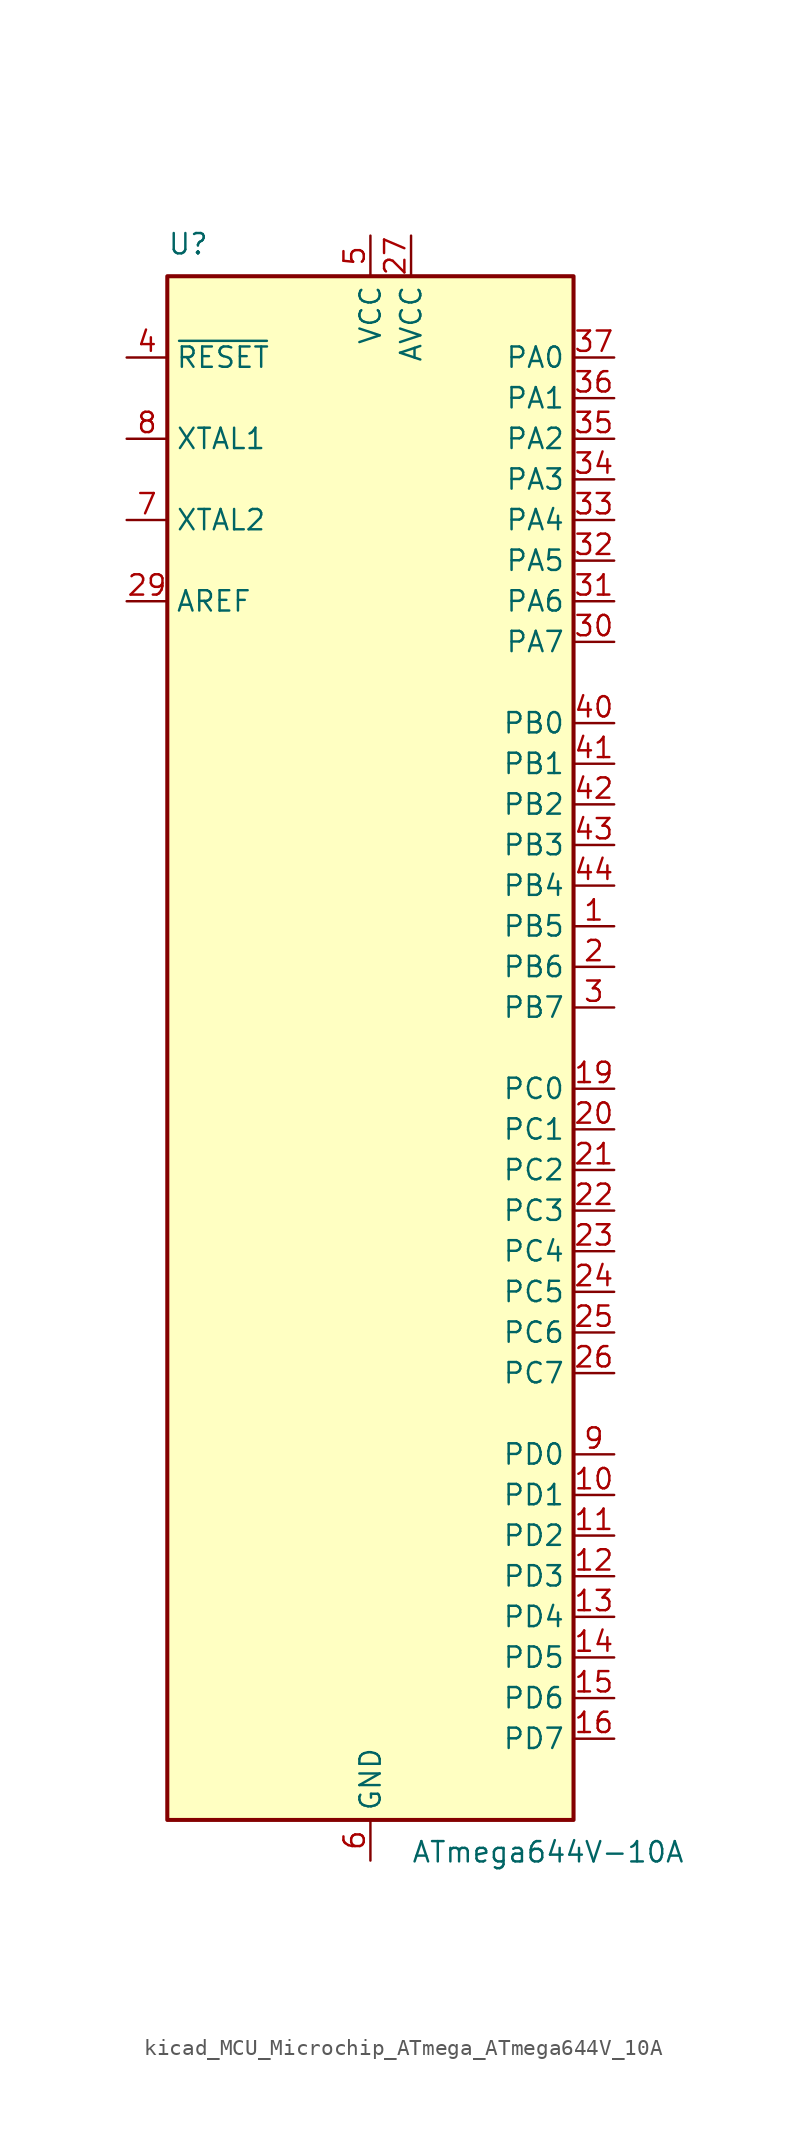
<source format=kicad_sym>
(kicad_symbol_lib
  (version 20220914)
  (generator kicad_symbol_editor)
  (symbol "kicad_MCU_Microchip_ATmega_ATmega644V_10A"
    (property "Reference" "U"
      (at -12.7 49.53 0)
      (effects (font (size 1.27 1.27)) (justify left bottom)))
    (property "Value" "ATmega644V-10A"
      (at 2.54 -49.53 0)
      (effects (font (size 1.27 1.27)) (justify left top)))
    (symbol "kicad_MCU_Microchip_ATmega_ATmega644V_10A_0_1"
      (rectangle (start -12.7 -48.26) (end 12.7 48.26) (stroke (width 0.254) (type default)) (fill (type background))))
    (symbol "kicad_MCU_Microchip_ATmega_ATmega644V_10A_1_1"
      (pin bidirectional line (at 15.24 7.62 180) (length 2.54) (name "PB5" (effects (font (size 1.27 1.27)))) (number "1" (effects (font (size 1.27 1.27)))))
      (pin bidirectional line (at 15.24 -27.94 180) (length 2.54) (name "PD1" (effects (font (size 1.27 1.27)))) (number "10" (effects (font (size 1.27 1.27)))))
      (pin bidirectional line (at 15.24 -30.48 180) (length 2.54) (name "PD2" (effects (font (size 1.27 1.27)))) (number "11" (effects (font (size 1.27 1.27)))))
      (pin bidirectional line (at 15.24 -33.02 180) (length 2.54) (name "PD3" (effects (font (size 1.27 1.27)))) (number "12" (effects (font (size 1.27 1.27)))))
      (pin bidirectional line (at 15.24 -35.56 180) (length 2.54) (name "PD4" (effects (font (size 1.27 1.27)))) (number "13" (effects (font (size 1.27 1.27)))))
      (pin bidirectional line (at 15.24 -38.1 180) (length 2.54) (name "PD5" (effects (font (size 1.27 1.27)))) (number "14" (effects (font (size 1.27 1.27)))))
      (pin bidirectional line (at 15.24 -40.64 180) (length 2.54) (name "PD6" (effects (font (size 1.27 1.27)))) (number "15" (effects (font (size 1.27 1.27)))))
      (pin bidirectional line (at 15.24 -43.18 180) (length 2.54) (name "PD7" (effects (font (size 1.27 1.27)))) (number "16" (effects (font (size 1.27 1.27)))))
      (pin passive line (at 0 50.8 270) (length 2.54) hide (name "VCC" (effects (font (size 1.27 1.27)))) (number "17" (effects (font (size 1.27 1.27)))))
      (pin passive line (at 0 -50.8 90) (length 2.54) hide (name "GND" (effects (font (size 1.27 1.27)))) (number "18" (effects (font (size 1.27 1.27)))))
      (pin bidirectional line (at 15.24 -2.54 180) (length 2.54) (name "PC0" (effects (font (size 1.27 1.27)))) (number "19" (effects (font (size 1.27 1.27)))))
      (pin bidirectional line (at 15.24 5.08 180) (length 2.54) (name "PB6" (effects (font (size 1.27 1.27)))) (number "2" (effects (font (size 1.27 1.27)))))
      (pin bidirectional line (at 15.24 -5.08 180) (length 2.54) (name "PC1" (effects (font (size 1.27 1.27)))) (number "20" (effects (font (size 1.27 1.27)))))
      (pin bidirectional line (at 15.24 -7.62 180) (length 2.54) (name "PC2" (effects (font (size 1.27 1.27)))) (number "21" (effects (font (size 1.27 1.27)))))
      (pin bidirectional line (at 15.24 -10.16 180) (length 2.54) (name "PC3" (effects (font (size 1.27 1.27)))) (number "22" (effects (font (size 1.27 1.27)))))
      (pin bidirectional line (at 15.24 -12.7 180) (length 2.54) (name "PC4" (effects (font (size 1.27 1.27)))) (number "23" (effects (font (size 1.27 1.27)))))
      (pin bidirectional line (at 15.24 -15.24 180) (length 2.54) (name "PC5" (effects (font (size 1.27 1.27)))) (number "24" (effects (font (size 1.27 1.27)))))
      (pin bidirectional line (at 15.24 -17.78 180) (length 2.54) (name "PC6" (effects (font (size 1.27 1.27)))) (number "25" (effects (font (size 1.27 1.27)))))
      (pin bidirectional line (at 15.24 -20.32 180) (length 2.54) (name "PC7" (effects (font (size 1.27 1.27)))) (number "26" (effects (font (size 1.27 1.27)))))
      (pin power_in line (at 2.54 50.8 270) (length 2.54) (name "AVCC" (effects (font (size 1.27 1.27)))) (number "27" (effects (font (size 1.27 1.27)))))
      (pin passive line (at 0 -50.8 90) (length 2.54) hide (name "GND" (effects (font (size 1.27 1.27)))) (number "28" (effects (font (size 1.27 1.27)))))
      (pin passive line (at -15.24 27.94 0) (length 2.54) (name "AREF" (effects (font (size 1.27 1.27)))) (number "29" (effects (font (size 1.27 1.27)))))
      (pin bidirectional line (at 15.24 2.54 180) (length 2.54) (name "PB7" (effects (font (size 1.27 1.27)))) (number "3" (effects (font (size 1.27 1.27)))))
      (pin bidirectional line (at 15.24 25.4 180) (length 2.54) (name "PA7" (effects (font (size 1.27 1.27)))) (number "30" (effects (font (size 1.27 1.27)))))
      (pin bidirectional line (at 15.24 27.94 180) (length 2.54) (name "PA6" (effects (font (size 1.27 1.27)))) (number "31" (effects (font (size 1.27 1.27)))))
      (pin bidirectional line (at 15.24 30.48 180) (length 2.54) (name "PA5" (effects (font (size 1.27 1.27)))) (number "32" (effects (font (size 1.27 1.27)))))
      (pin bidirectional line (at 15.24 33.02 180) (length 2.54) (name "PA4" (effects (font (size 1.27 1.27)))) (number "33" (effects (font (size 1.27 1.27)))))
      (pin bidirectional line (at 15.24 35.56 180) (length 2.54) (name "PA3" (effects (font (size 1.27 1.27)))) (number "34" (effects (font (size 1.27 1.27)))))
      (pin bidirectional line (at 15.24 38.1 180) (length 2.54) (name "PA2" (effects (font (size 1.27 1.27)))) (number "35" (effects (font (size 1.27 1.27)))))
      (pin bidirectional line (at 15.24 40.64 180) (length 2.54) (name "PA1" (effects (font (size 1.27 1.27)))) (number "36" (effects (font (size 1.27 1.27)))))
      (pin bidirectional line (at 15.24 43.18 180) (length 2.54) (name "PA0" (effects (font (size 1.27 1.27)))) (number "37" (effects (font (size 1.27 1.27)))))
      (pin passive line (at 0 50.8 270) (length 2.54) hide (name "VCC" (effects (font (size 1.27 1.27)))) (number "38" (effects (font (size 1.27 1.27)))))
      (pin passive line (at 0 -50.8 90) (length 2.54) hide (name "GND" (effects (font (size 1.27 1.27)))) (number "39" (effects (font (size 1.27 1.27)))))
      (pin input line (at -15.24 43.18 0) (length 2.54) (name "~{RESET}" (effects (font (size 1.27 1.27)))) (number "4" (effects (font (size 1.27 1.27)))))
      (pin bidirectional line (at 15.24 20.32 180) (length 2.54) (name "PB0" (effects (font (size 1.27 1.27)))) (number "40" (effects (font (size 1.27 1.27)))))
      (pin bidirectional line (at 15.24 17.78 180) (length 2.54) (name "PB1" (effects (font (size 1.27 1.27)))) (number "41" (effects (font (size 1.27 1.27)))))
      (pin bidirectional line (at 15.24 15.24 180) (length 2.54) (name "PB2" (effects (font (size 1.27 1.27)))) (number "42" (effects (font (size 1.27 1.27)))))
      (pin bidirectional line (at 15.24 12.7 180) (length 2.54) (name "PB3" (effects (font (size 1.27 1.27)))) (number "43" (effects (font (size 1.27 1.27)))))
      (pin bidirectional line (at 15.24 10.16 180) (length 2.54) (name "PB4" (effects (font (size 1.27 1.27)))) (number "44" (effects (font (size 1.27 1.27)))))
      (pin power_in line (at 0 50.8 270) (length 2.54) (name "VCC" (effects (font (size 1.27 1.27)))) (number "5" (effects (font (size 1.27 1.27)))))
      (pin power_in line (at 0 -50.8 90) (length 2.54) (name "GND" (effects (font (size 1.27 1.27)))) (number "6" (effects (font (size 1.27 1.27)))))
      (pin output line (at -15.24 33.02 0) (length 2.54) (name "XTAL2" (effects (font (size 1.27 1.27)))) (number "7" (effects (font (size 1.27 1.27)))))
      (pin input line (at -15.24 38.1 0) (length 2.54) (name "XTAL1" (effects (font (size 1.27 1.27)))) (number "8" (effects (font (size 1.27 1.27)))))
      (pin bidirectional line (at 15.24 -25.4 180) (length 2.54) (name "PD0" (effects (font (size 1.27 1.27)))) (number "9" (effects (font (size 1.27 1.27))))))))
</source>
